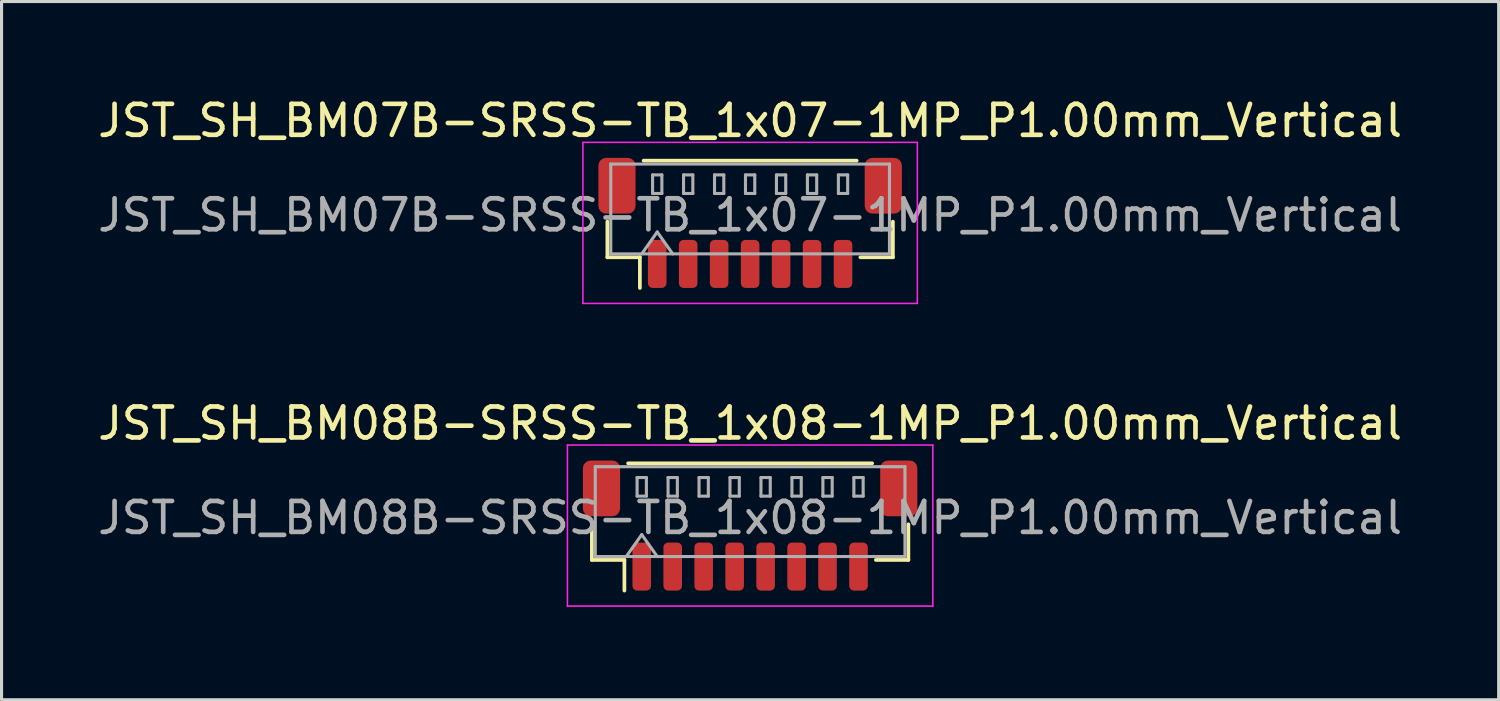
<source format=kicad_pcb>
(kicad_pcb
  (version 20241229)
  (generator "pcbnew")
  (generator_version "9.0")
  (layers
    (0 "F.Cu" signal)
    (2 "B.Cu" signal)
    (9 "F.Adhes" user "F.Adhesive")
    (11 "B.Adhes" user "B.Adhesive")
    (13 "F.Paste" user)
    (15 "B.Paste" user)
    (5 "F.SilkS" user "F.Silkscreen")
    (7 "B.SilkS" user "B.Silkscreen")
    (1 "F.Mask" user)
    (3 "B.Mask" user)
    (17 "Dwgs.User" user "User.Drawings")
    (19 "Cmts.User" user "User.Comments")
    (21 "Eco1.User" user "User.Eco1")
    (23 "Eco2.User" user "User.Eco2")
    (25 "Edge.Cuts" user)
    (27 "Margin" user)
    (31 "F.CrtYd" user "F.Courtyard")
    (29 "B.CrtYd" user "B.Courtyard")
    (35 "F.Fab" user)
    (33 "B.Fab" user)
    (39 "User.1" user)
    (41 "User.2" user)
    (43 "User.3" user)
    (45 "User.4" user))
  (footprint "JST_SH_BM08B-SRSS-TB_1x08-1MP_P1.00mm_Vertical"
    (layer "F.Cu")
    (at 21.173 13.921)
    (property "Reference" "JST_SH_BM08B-SRSS-TB_1x08-1MP_P1.00mm_Vertical" (at 0 -3.3 0) (layer "F.SilkS") (effects (font (size 1 1) (thickness 0.15))))
    (attr smd)
    (fp_line (start -5.11 -0.04) (end -5.11 1.11) (stroke (width 0.12) (type solid)) (layer "F.SilkS"))
    (fp_line (start -5.11 1.11) (end -4.06 1.11) (stroke (width 0.12) (type solid)) (layer "F.SilkS"))
    (fp_line (start -4.06 1.11) (end -4.06 2.1) (stroke (width 0.12) (type solid)) (layer "F.SilkS"))
    (fp_line (start -3.94 -2.01) (end 3.94 -2.01) (stroke (width 0.12) (type solid)) (layer "F.SilkS"))
    (fp_line (start 5.11 -0.04) (end 5.11 1.11) (stroke (width 0.12) (type solid)) (layer "F.SilkS"))
    (fp_line (start 5.11 1.11) (end 4.06 1.11) (stroke (width 0.12) (type solid)) (layer "F.SilkS"))
    (fp_line (start -5.9 -2.6) (end -5.9 2.6) (stroke (width 0.05) (type solid)) (layer "F.CrtYd"))
    (fp_line (start -5.9 2.6) (end 5.9 2.6) (stroke (width 0.05) (type solid)) (layer "F.CrtYd"))
    (fp_line (start 5.9 -2.6) (end -5.9 -2.6) (stroke (width 0.05) (type solid)) (layer "F.CrtYd"))
    (fp_line (start 5.9 2.6) (end 5.9 -2.6) (stroke (width 0.05) (type solid)) (layer "F.CrtYd"))
    (fp_line (start -5 -1.9) (end 5 -1.9) (stroke (width 0.1) (type solid)) (layer "F.Fab"))
    (fp_line (start -5 1) (end -5 -1.9) (stroke (width 0.1) (type solid)) (layer "F.Fab"))
    (fp_line (start -5 1) (end 5 1) (stroke (width 0.1) (type solid)) (layer "F.Fab"))
    (fp_line (start -4 1) (end -3.5 0.293) (stroke (width 0.1) (type solid)) (layer "F.Fab"))
    (fp_line (start -3.65 -1.55) (end -3.65 -0.95) (stroke (width 0.1) (type solid)) (layer "F.Fab"))
    (fp_line (start -3.65 -0.95) (end -3.35 -0.95) (stroke (width 0.1) (type solid)) (layer "F.Fab"))
    (fp_line (start -3.5 0.293) (end -3 1) (stroke (width 0.1) (type solid)) (layer "F.Fab"))
    (fp_line (start -3.35 -1.55) (end -3.65 -1.55) (stroke (width 0.1) (type solid)) (layer "F.Fab"))
    (fp_line (start -3.35 -0.95) (end -3.35 -1.55) (stroke (width 0.1) (type solid)) (layer "F.Fab"))
    (fp_line (start -2.65 -1.55) (end -2.65 -0.95) (stroke (width 0.1) (type solid)) (layer "F.Fab"))
    (fp_line (start -2.65 -0.95) (end -2.35 -0.95) (stroke (width 0.1) (type solid)) (layer "F.Fab"))
    (fp_line (start -2.35 -1.55) (end -2.65 -1.55) (stroke (width 0.1) (type solid)) (layer "F.Fab"))
    (fp_line (start -2.35 -0.95) (end -2.35 -1.55) (stroke (width 0.1) (type solid)) (layer "F.Fab"))
    (fp_line (start -1.65 -1.55) (end -1.65 -0.95) (stroke (width 0.1) (type solid)) (layer "F.Fab"))
    (fp_line (start -1.65 -0.95) (end -1.35 -0.95) (stroke (width 0.1) (type solid)) (layer "F.Fab"))
    (fp_line (start -1.35 -1.55) (end -1.65 -1.55) (stroke (width 0.1) (type solid)) (layer "F.Fab"))
    (fp_line (start -1.35 -0.95) (end -1.35 -1.55) (stroke (width 0.1) (type solid)) (layer "F.Fab"))
    (fp_line (start -0.65 -1.55) (end -0.65 -0.95) (stroke (width 0.1) (type solid)) (layer "F.Fab"))
    (fp_line (start -0.65 -0.95) (end -0.35 -0.95) (stroke (width 0.1) (type solid)) (layer "F.Fab"))
    (fp_line (start -0.35 -1.55) (end -0.65 -1.55) (stroke (width 0.1) (type solid)) (layer "F.Fab"))
    (fp_line (start -0.35 -0.95) (end -0.35 -1.55) (stroke (width 0.1) (type solid)) (layer "F.Fab"))
    (fp_line (start 0.35 -1.55) (end 0.35 -0.95) (stroke (width 0.1) (type solid)) (layer "F.Fab"))
    (fp_line (start 0.35 -0.95) (end 0.65 -0.95) (stroke (width 0.1) (type solid)) (layer "F.Fab"))
    (fp_line (start 0.65 -1.55) (end 0.35 -1.55) (stroke (width 0.1) (type solid)) (layer "F.Fab"))
    (fp_line (start 0.65 -0.95) (end 0.65 -1.55) (stroke (width 0.1) (type solid)) (layer "F.Fab"))
    (fp_line (start 1.35 -1.55) (end 1.35 -0.95) (stroke (width 0.1) (type solid)) (layer "F.Fab"))
    (fp_line (start 1.35 -0.95) (end 1.65 -0.95) (stroke (width 0.1) (type solid)) (layer "F.Fab"))
    (fp_line (start 1.65 -1.55) (end 1.35 -1.55) (stroke (width 0.1) (type solid)) (layer "F.Fab"))
    (fp_line (start 1.65 -0.95) (end 1.65 -1.55) (stroke (width 0.1) (type solid)) (layer "F.Fab"))
    (fp_line (start 2.35 -1.55) (end 2.35 -0.95) (stroke (width 0.1) (type solid)) (layer "F.Fab"))
    (fp_line (start 2.35 -0.95) (end 2.65 -0.95) (stroke (width 0.1) (type solid)) (layer "F.Fab"))
    (fp_line (start 2.65 -1.55) (end 2.35 -1.55) (stroke (width 0.1) (type solid)) (layer "F.Fab"))
    (fp_line (start 2.65 -0.95) (end 2.65 -1.55) (stroke (width 0.1) (type solid)) (layer "F.Fab"))
    (fp_line (start 3.35 -1.55) (end 3.35 -0.95) (stroke (width 0.1) (type solid)) (layer "F.Fab"))
    (fp_line (start 3.35 -0.95) (end 3.65 -0.95) (stroke (width 0.1) (type solid)) (layer "F.Fab"))
    (fp_line (start 3.65 -1.55) (end 3.35 -1.55) (stroke (width 0.1) (type solid)) (layer "F.Fab"))
    (fp_line (start 3.65 -0.95) (end 3.65 -1.55) (stroke (width 0.1) (type solid)) (layer "F.Fab"))
    (fp_line (start 5 1) (end 5 -1.9) (stroke (width 0.1) (type solid)) (layer "F.Fab"))
    (fp_text user "${REFERENCE}" (at 0 -0.25 0) (layer "F.Fab") (effects (font (size 1 1) (thickness 0.15))))
    (pad "1" smd roundrect (at -3.5 1.325) (size 0.6 1.55) (layers "F.Cu" "F.Mask" "F.Paste") (roundrect_rratio 0.25))
    (pad "2" smd roundrect (at -2.5 1.325) (size 0.6 1.55) (layers "F.Cu" "F.Mask" "F.Paste") (roundrect_rratio 0.25))
    (pad "3" smd roundrect (at -1.5 1.325) (size 0.6 1.55) (layers "F.Cu" "F.Mask" "F.Paste") (roundrect_rratio 0.25))
    (pad "4" smd roundrect (at -0.5 1.325) (size 0.6 1.55) (layers "F.Cu" "F.Mask" "F.Paste") (roundrect_rratio 0.25))
    (pad "5" smd roundrect (at 0.5 1.325) (size 0.6 1.55) (layers "F.Cu" "F.Mask" "F.Paste") (roundrect_rratio 0.25))
    (pad "6" smd roundrect (at 1.5 1.325) (size 0.6 1.55) (layers "F.Cu" "F.Mask" "F.Paste") (roundrect_rratio 0.25))
    (pad "7" smd roundrect (at 2.5 1.325) (size 0.6 1.55) (layers "F.Cu" "F.Mask" "F.Paste") (roundrect_rratio 0.25))
    (pad "8" smd roundrect (at 3.5 1.325) (size 0.6 1.55) (layers "F.Cu" "F.Mask" "F.Paste") (roundrect_rratio 0.25))
    (pad "MP" smd roundrect (at -4.8 -1.2) (size 1.2 1.8) (layers "F.Cu" "F.Mask" "F.Paste") (roundrect_rratio 0.208))
    (pad "MP" smd roundrect (at 4.8 -1.2) (size 1.2 1.8) (layers "F.Cu" "F.Mask" "F.Paste") (roundrect_rratio 0.208)))
  (footprint "JST_SH_BM07B-SRSS-TB_1x07-1MP_P1.00mm_Vertical"
    (layer "F.Cu")
    (at 21.173 4.148)
    (property "Reference" "JST_SH_BM07B-SRSS-TB_1x07-1MP_P1.00mm_Vertical" (at 0 -3.3 0) (layer "F.SilkS") (effects (font (size 1 1) (thickness 0.15))))
    (attr smd)
    (fp_line (start -4.61 -0.04) (end -4.61 1.11) (stroke (width 0.12) (type solid)) (layer "F.SilkS"))
    (fp_line (start -4.61 1.11) (end -3.56 1.11) (stroke (width 0.12) (type solid)) (layer "F.SilkS"))
    (fp_line (start -3.56 1.11) (end -3.56 2.1) (stroke (width 0.12) (type solid)) (layer "F.SilkS"))
    (fp_line (start -3.44 -2.01) (end 3.44 -2.01) (stroke (width 0.12) (type solid)) (layer "F.SilkS"))
    (fp_line (start 4.61 -0.04) (end 4.61 1.11) (stroke (width 0.12) (type solid)) (layer "F.SilkS"))
    (fp_line (start 4.61 1.11) (end 3.56 1.11) (stroke (width 0.12) (type solid)) (layer "F.SilkS"))
    (fp_line (start -5.4 -2.6) (end -5.4 2.6) (stroke (width 0.05) (type solid)) (layer "F.CrtYd"))
    (fp_line (start -5.4 2.6) (end 5.4 2.6) (stroke (width 0.05) (type solid)) (layer "F.CrtYd"))
    (fp_line (start 5.4 -2.6) (end -5.4 -2.6) (stroke (width 0.05) (type solid)) (layer "F.CrtYd"))
    (fp_line (start 5.4 2.6) (end 5.4 -2.6) (stroke (width 0.05) (type solid)) (layer "F.CrtYd"))
    (fp_line (start -4.5 -1.9) (end 4.5 -1.9) (stroke (width 0.1) (type solid)) (layer "F.Fab"))
    (fp_line (start -4.5 1) (end -4.5 -1.9) (stroke (width 0.1) (type solid)) (layer "F.Fab"))
    (fp_line (start -4.5 1) (end 4.5 1) (stroke (width 0.1) (type solid)) (layer "F.Fab"))
    (fp_line (start -3.5 1) (end -3 0.293) (stroke (width 0.1) (type solid)) (layer "F.Fab"))
    (fp_line (start -3.15 -1.55) (end -3.15 -0.95) (stroke (width 0.1) (type solid)) (layer "F.Fab"))
    (fp_line (start -3.15 -0.95) (end -2.85 -0.95) (stroke (width 0.1) (type solid)) (layer "F.Fab"))
    (fp_line (start -3 0.293) (end -2.5 1) (stroke (width 0.1) (type solid)) (layer "F.Fab"))
    (fp_line (start -2.85 -1.55) (end -3.15 -1.55) (stroke (width 0.1) (type solid)) (layer "F.Fab"))
    (fp_line (start -2.85 -0.95) (end -2.85 -1.55) (stroke (width 0.1) (type solid)) (layer "F.Fab"))
    (fp_line (start -2.15 -1.55) (end -2.15 -0.95) (stroke (width 0.1) (type solid)) (layer "F.Fab"))
    (fp_line (start -2.15 -0.95) (end -1.85 -0.95) (stroke (width 0.1) (type solid)) (layer "F.Fab"))
    (fp_line (start -1.85 -1.55) (end -2.15 -1.55) (stroke (width 0.1) (type solid)) (layer "F.Fab"))
    (fp_line (start -1.85 -0.95) (end -1.85 -1.55) (stroke (width 0.1) (type solid)) (layer "F.Fab"))
    (fp_line (start -1.15 -1.55) (end -1.15 -0.95) (stroke (width 0.1) (type solid)) (layer "F.Fab"))
    (fp_line (start -1.15 -0.95) (end -0.85 -0.95) (stroke (width 0.1) (type solid)) (layer "F.Fab"))
    (fp_line (start -0.85 -1.55) (end -1.15 -1.55) (stroke (width 0.1) (type solid)) (layer "F.Fab"))
    (fp_line (start -0.85 -0.95) (end -0.85 -1.55) (stroke (width 0.1) (type solid)) (layer "F.Fab"))
    (fp_line (start -0.15 -1.55) (end -0.15 -0.95) (stroke (width 0.1) (type solid)) (layer "F.Fab"))
    (fp_line (start -0.15 -0.95) (end 0.15 -0.95) (stroke (width 0.1) (type solid)) (layer "F.Fab"))
    (fp_line (start 0.15 -1.55) (end -0.15 -1.55) (stroke (width 0.1) (type solid)) (layer "F.Fab"))
    (fp_line (start 0.15 -0.95) (end 0.15 -1.55) (stroke (width 0.1) (type solid)) (layer "F.Fab"))
    (fp_line (start 0.85 -1.55) (end 0.85 -0.95) (stroke (width 0.1) (type solid)) (layer "F.Fab"))
    (fp_line (start 0.85 -0.95) (end 1.15 -0.95) (stroke (width 0.1) (type solid)) (layer "F.Fab"))
    (fp_line (start 1.15 -1.55) (end 0.85 -1.55) (stroke (width 0.1) (type solid)) (layer "F.Fab"))
    (fp_line (start 1.15 -0.95) (end 1.15 -1.55) (stroke (width 0.1) (type solid)) (layer "F.Fab"))
    (fp_line (start 1.85 -1.55) (end 1.85 -0.95) (stroke (width 0.1) (type solid)) (layer "F.Fab"))
    (fp_line (start 1.85 -0.95) (end 2.15 -0.95) (stroke (width 0.1) (type solid)) (layer "F.Fab"))
    (fp_line (start 2.15 -1.55) (end 1.85 -1.55) (stroke (width 0.1) (type solid)) (layer "F.Fab"))
    (fp_line (start 2.15 -0.95) (end 2.15 -1.55) (stroke (width 0.1) (type solid)) (layer "F.Fab"))
    (fp_line (start 2.85 -1.55) (end 2.85 -0.95) (stroke (width 0.1) (type solid)) (layer "F.Fab"))
    (fp_line (start 2.85 -0.95) (end 3.15 -0.95) (stroke (width 0.1) (type solid)) (layer "F.Fab"))
    (fp_line (start 3.15 -1.55) (end 2.85 -1.55) (stroke (width 0.1) (type solid)) (layer "F.Fab"))
    (fp_line (start 3.15 -0.95) (end 3.15 -1.55) (stroke (width 0.1) (type solid)) (layer "F.Fab"))
    (fp_line (start 4.5 1) (end 4.5 -1.9) (stroke (width 0.1) (type solid)) (layer "F.Fab"))
    (fp_text user "${REFERENCE}" (at 0 -0.25 0) (layer "F.Fab") (effects (font (size 1 1) (thickness 0.15))))
    (pad "1" smd roundrect (at -3 1.325) (size 0.6 1.55) (layers "F.Cu" "F.Mask" "F.Paste") (roundrect_rratio 0.25))
    (pad "2" smd roundrect (at -2 1.325) (size 0.6 1.55) (layers "F.Cu" "F.Mask" "F.Paste") (roundrect_rratio 0.25))
    (pad "3" smd roundrect (at -1 1.325) (size 0.6 1.55) (layers "F.Cu" "F.Mask" "F.Paste") (roundrect_rratio 0.25))
    (pad "4" smd roundrect (at 0 1.325) (size 0.6 1.55) (layers "F.Cu" "F.Mask" "F.Paste") (roundrect_rratio 0.25))
    (pad "5" smd roundrect (at 1 1.325) (size 0.6 1.55) (layers "F.Cu" "F.Mask" "F.Paste") (roundrect_rratio 0.25))
    (pad "6" smd roundrect (at 2 1.325) (size 0.6 1.55) (layers "F.Cu" "F.Mask" "F.Paste") (roundrect_rratio 0.25))
    (pad "7" smd roundrect (at 3 1.325) (size 0.6 1.55) (layers "F.Cu" "F.Mask" "F.Paste") (roundrect_rratio 0.25))
    (pad "MP" smd roundrect (at -4.3 -1.2) (size 1.2 1.8) (layers "F.Cu" "F.Mask" "F.Paste") (roundrect_rratio 0.208))
    (pad "MP" smd roundrect (at 4.3 -1.2) (size 1.2 1.8) (layers "F.Cu" "F.Mask" "F.Paste") (roundrect_rratio 0.208)))
  (gr_rect
    (start -3 -3)
    (end 45.345 19.547)
    (stroke (width 0.1) (type default))
    (fill no)
    (layer "Edge.Cuts")))
</source>
